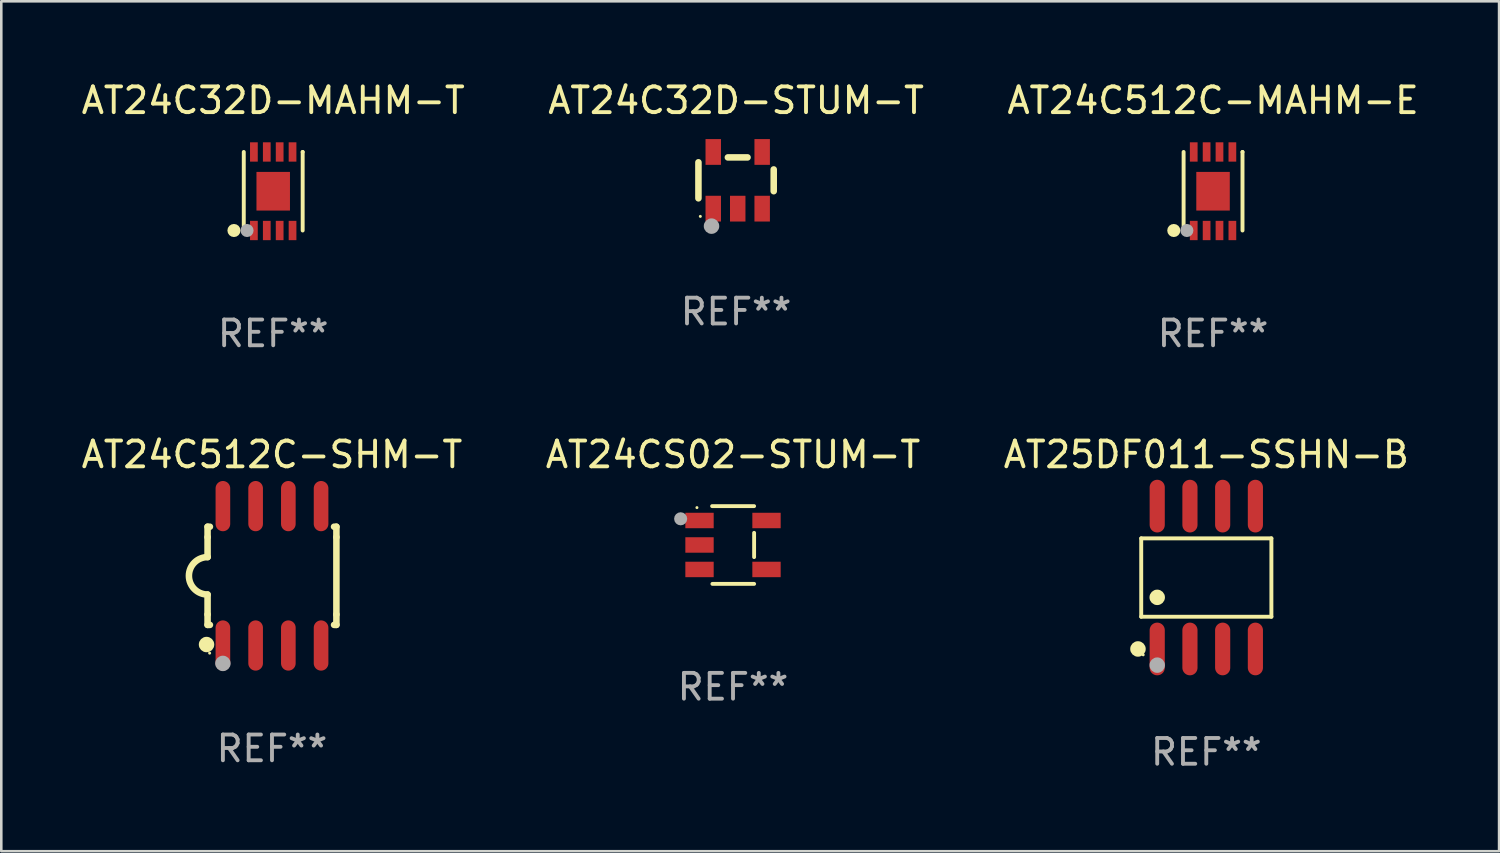
<source format=kicad_pcb>
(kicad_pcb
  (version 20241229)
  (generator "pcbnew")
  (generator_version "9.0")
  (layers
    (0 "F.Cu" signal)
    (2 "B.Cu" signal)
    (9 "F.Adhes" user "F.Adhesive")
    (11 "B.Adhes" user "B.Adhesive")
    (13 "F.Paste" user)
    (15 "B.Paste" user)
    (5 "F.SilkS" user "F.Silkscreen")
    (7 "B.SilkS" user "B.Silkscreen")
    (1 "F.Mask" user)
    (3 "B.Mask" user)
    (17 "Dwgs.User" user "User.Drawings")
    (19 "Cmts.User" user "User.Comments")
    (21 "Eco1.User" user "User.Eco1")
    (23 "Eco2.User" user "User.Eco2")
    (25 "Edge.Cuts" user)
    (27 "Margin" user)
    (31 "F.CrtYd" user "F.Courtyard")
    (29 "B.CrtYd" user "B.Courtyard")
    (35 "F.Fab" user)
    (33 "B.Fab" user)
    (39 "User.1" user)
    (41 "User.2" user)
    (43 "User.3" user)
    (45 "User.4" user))
  (footprint "AT25DF011-SSHN-B"
    (layer "F.Cu")
    (at 43.768 19.365)
    (property "Reference" "AT25DF011-SSHN-B" (at 0 -4.772 0) (layer "F.SilkS") (effects (font (size 1 1) (thickness 0.15))))
    (attr through_hole)
    (fp_line (start -2.526 -1.521) (end 2.526 -1.521) (stroke (width 0.152) (type solid)) (layer "F.SilkS"))
    (fp_line (start -2.526 1.521) (end -2.526 -1.521) (stroke (width 0.152) (type solid)) (layer "F.SilkS"))
    (fp_line (start 2.526 -1.521) (end 2.526 1.521) (stroke (width 0.152) (type solid)) (layer "F.SilkS"))
    (fp_line (start 2.526 1.521) (end -2.526 1.521) (stroke (width 0.152) (type solid)) (layer "F.SilkS"))
    (fp_circle (center -2.652 2.772) (end -2.501 2.772) (stroke (width 0.3) (type solid)) (fill no) (layer "F.SilkS"))
    (fp_circle (center -2.45 3) (end -2.42 3) (stroke (width 0.06) (type solid)) (fill no) (layer "F.SilkS"))
    (fp_circle (center -1.905 0.769) (end -1.755 0.769) (stroke (width 0.3) (type solid)) (fill no) (layer "F.SilkS"))
    (fp_circle (center -1.905 3.4) (end -1.755 3.4) (stroke (width 0.3) (type solid)) (fill no) (layer "F.Fab"))
    (fp_text user "REF**" (at 0 6.772 0) (layer "F.Fab") (effects (font (size 1 1) (thickness 0.15))))
    (pad "1" smd oval (at -1.905 2.772) (size 0.588 2.045) (layers "F.Cu" "F.Mask" "F.Paste"))
    (pad "2" smd oval (at -0.635 2.772) (size 0.588 2.045) (layers "F.Cu" "F.Mask" "F.Paste"))
    (pad "3" smd oval (at 0.635 2.772) (size 0.588 2.045) (layers "F.Cu" "F.Mask" "F.Paste"))
    (pad "4" smd oval (at 1.905 2.772) (size 0.588 2.045) (layers "F.Cu" "F.Mask" "F.Paste"))
    (pad "5" smd oval (at 1.905 -2.772) (size 0.588 2.045) (layers "F.Cu" "F.Mask" "F.Paste"))
    (pad "6" smd oval (at 0.635 -2.772) (size 0.588 2.045) (layers "F.Cu" "F.Mask" "F.Paste"))
    (pad "7" smd oval (at -0.635 -2.772) (size 0.588 2.045) (layers "F.Cu" "F.Mask" "F.Paste"))
    (pad "8" smd oval (at -1.905 -2.772) (size 0.588 2.045) (layers "F.Cu" "F.Mask" "F.Paste")))
  (footprint "AT24CS02-STUM-T"
    (layer "F.Cu")
    (at 25.399 18.102)
    (property "Reference" "AT24CS02-STUM-T" (at 0 -3.509 0) (layer "F.SilkS") (effects (font (size 1 1) (thickness 0.15))))
    (attr through_hole)
    (fp_line (start -0.811 -1.509) (end 0.819 -1.509) (stroke (width 0.15) (type solid)) (layer "F.SilkS"))
    (fp_line (start -0.8 1.509) (end 0.82 1.509) (stroke (width 0.15) (type solid)) (layer "F.SilkS"))
    (fp_line (start 0.819 -0.472) (end 0.819 0.47) (stroke (width 0.15) (type solid)) (layer "F.SilkS"))
    (fp_circle (center -1.4 -1.451) (end -1.37 -1.451) (stroke (width 0.06) (type solid)) (fill no) (layer "F.SilkS"))
    (fp_circle (center -2.032 -1.017) (end -1.905 -1.017) (stroke (width 0.254) (type solid)) (fill no) (layer "F.Fab"))
    (fp_text user "REF**" (at 0 5.509 0) (layer "F.Fab") (effects (font (size 1 1) (thickness 0.15))))
    (pad "1" smd rect (at -1.3 -0.951) (size 1.1 0.6) (layers "F.Cu" "F.Mask" "F.Paste"))
    (pad "2" smd rect (at -1.3 -0.001) (size 1.1 0.6) (layers "F.Cu" "F.Mask" "F.Paste"))
    (pad "3" smd rect (at -1.3 0.949) (size 1.1 0.6) (layers "F.Cu" "F.Mask" "F.Paste"))
    (pad "4" smd rect (at 1.3 0.949) (size 1.1 0.6) (layers "F.Cu" "F.Mask" "F.Paste"))
    (pad "5" smd rect (at 1.3 -0.951) (size 1.1 0.6) (layers "F.Cu" "F.Mask" "F.Paste")))
  (footprint "AT24C32D-MAHM-T"
    (layer "F.Cu")
    (at 7.554 4.372)
    (property "Reference" "AT24C32D-MAHM-T" (at 0 -3.524 0) (layer "F.SilkS") (effects (font (size 1 1) (thickness 0.15))))
    (attr through_hole)
    (fp_line (start -1.143 1.524) (end -1.143 1.524) (stroke (width 0.152) (type solid)) (layer "F.SilkS"))
    (fp_line (start -1.143 1.524) (end -1.143 -1.524) (stroke (width 0.152) (type solid)) (layer "F.SilkS"))
    (fp_line (start 1.143 -1.524) (end 1.143 1.524) (stroke (width 0.152) (type solid)) (layer "F.SilkS"))
    (fp_line (start 1.143 -1.524) (end 1.143 -1.524) (stroke (width 0.152) (type solid)) (layer "F.SilkS"))
    (fp_circle (center -1.524 1.524) (end -1.397 1.524) (stroke (width 0.254) (type solid)) (fill no) (layer "F.SilkS"))
    (fp_circle (center -1 1.5) (end -0.97 1.5) (stroke (width 0.06) (type solid)) (fill no) (layer "F.SilkS"))
    (fp_circle (center -1.016 1.524) (end -0.889 1.524) (stroke (width 0.254) (type solid)) (fill no) (layer "F.Fab"))
    (fp_text user "REF**" (at 0 5.524 0) (layer "F.Fab") (effects (font (size 1 1) (thickness 0.15))))
    (pad "1" smd rect (at -0.75 1.524) (size 0.3 0.75) (layers "F.Cu" "F.Mask" "F.Paste"))
    (pad "2" smd rect (at -0.25 1.524) (size 0.3 0.75) (layers "F.Cu" "F.Mask" "F.Paste"))
    (pad "3" smd rect (at 0.25 1.524) (size 0.3 0.75) (layers "F.Cu" "F.Mask" "F.Paste"))
    (pad "4" smd rect (at 0.75 1.524) (size 0.3 0.75) (layers "F.Cu" "F.Mask" "F.Paste"))
    (pad "5" smd rect (at 0.75 -1.524) (size 0.3 0.75) (layers "F.Cu" "F.Mask" "F.Paste"))
    (pad "6" smd rect (at 0.25 -1.524) (size 0.3 0.75) (layers "F.Cu" "F.Mask" "F.Paste"))
    (pad "7" smd rect (at -0.25 -1.524) (size 0.3 0.75) (layers "F.Cu" "F.Mask" "F.Paste"))
    (pad "8" smd rect (at -0.75 -1.524) (size 0.3 0.75) (layers "F.Cu" "F.Mask" "F.Paste"))
    (pad "9" smd rect (at -0.000254 0) (size 1.3 1.5) (layers "F.Cu" "F.Mask" "F.Paste")))
  (footprint "AT24C512C-SHM-T"
    (layer "F.Cu")
    (at 7.506 19.298)
    (property "Reference" "AT24C512C-SHM-T" (at 0 -4.705 0) (layer "F.SilkS") (effects (font (size 1 1) (thickness 0.15))))
    (attr through_hole)
    (fp_line (start -2.5 -1.905) (end -2.409 -1.905) (stroke (width 0.254) (type solid)) (layer "F.SilkS"))
    (fp_line (start -2.5 -1.5) (end -2.5 -1.905) (stroke (width 0.254) (type solid)) (layer "F.SilkS"))
    (fp_line (start -2.5 -1.5) (end -2.5 -0.726) (stroke (width 0.254) (type solid)) (layer "F.SilkS"))
    (fp_line (start -2.5 1.5) (end -2.5 0.727) (stroke (width 0.254) (type solid)) (layer "F.SilkS"))
    (fp_line (start -2.5 1.5) (end -2.5 1.905) (stroke (width 0.254) (type solid)) (layer "F.SilkS"))
    (fp_line (start -2.5 1.905) (end -2.409 1.905) (stroke (width 0.254) (type solid)) (layer "F.SilkS"))
    (fp_line (start 2.5 -1.905) (end 2.409 -1.905) (stroke (width 0.254) (type solid)) (layer "F.SilkS"))
    (fp_line (start 2.5 -1.5) (end 2.5 -1.905) (stroke (width 0.254) (type solid)) (layer "F.SilkS"))
    (fp_line (start 2.5 -1.5) (end 2.5 1.5) (stroke (width 0.254) (type solid)) (layer "F.SilkS"))
    (fp_line (start 2.5 1.5) (end 2.5 1.905) (stroke (width 0.254) (type solid)) (layer "F.SilkS"))
    (fp_line (start 2.5 1.905) (end 2.409 1.905) (stroke (width 0.254) (type solid)) (layer "F.SilkS"))
    (fp_arc (start -2.5 0.726568) (mid -3.220316 -0.0023) (end -2.495097 -0.726289) (stroke (width 0.254001) (type solid)) (layer "F.SilkS"))
    (fp_circle (center -2.54 2.667) (end -2.39 2.667) (stroke (width 0.3) (type solid)) (fill no) (layer "F.SilkS"))
    (fp_circle (center -2.42 3) (end -2.39 3) (stroke (width 0.06) (type solid)) (fill no) (layer "F.SilkS"))
    (fp_circle (center -1.905 3.4) (end -1.755 3.4) (stroke (width 0.3) (type solid)) (fill no) (layer "F.Fab"))
    (fp_text user "REF**" (at 0 6.705 0) (layer "F.Fab") (effects (font (size 1 1) (thickness 0.15))))
    (pad "1" smd oval (at -1.905 2.705) (size 0.568 1.95) (layers "F.Cu" "F.Mask" "F.Paste"))
    (pad "2" smd oval (at -0.635 2.705) (size 0.568 1.95) (layers "F.Cu" "F.Mask" "F.Paste"))
    (pad "3" smd oval (at 0.635 2.705) (size 0.568 1.95) (layers "F.Cu" "F.Mask" "F.Paste"))
    (pad "4" smd oval (at 1.905 2.705) (size 0.568 1.95) (layers "F.Cu" "F.Mask" "F.Paste"))
    (pad "5" smd oval (at 1.905 -2.705) (size 0.568 1.95) (layers "F.Cu" "F.Mask" "F.Paste"))
    (pad "6" smd oval (at 0.635 -2.705) (size 0.568 1.95) (layers "F.Cu" "F.Mask" "F.Paste"))
    (pad "7" smd oval (at -0.635 -2.705) (size 0.568 1.95) (layers "F.Cu" "F.Mask" "F.Paste"))
    (pad "8" smd oval (at -1.905 -2.705) (size 0.568 1.95) (layers "F.Cu" "F.Mask" "F.Paste")))
  (footprint "AT24C512C-MAHM-E"
    (layer "F.Cu")
    (at 44.03 4.372)
    (property "Reference" "AT24C512C-MAHM-E" (at 0 -3.524 0) (layer "F.SilkS") (effects (font (size 1 1) (thickness 0.15))))
    (attr through_hole)
    (fp_line (start -1.143 1.524) (end -1.143 1.524) (stroke (width 0.152) (type solid)) (layer "F.SilkS"))
    (fp_line (start -1.143 1.524) (end -1.143 -1.524) (stroke (width 0.152) (type solid)) (layer "F.SilkS"))
    (fp_line (start 1.143 -1.524) (end 1.143 1.524) (stroke (width 0.152) (type solid)) (layer "F.SilkS"))
    (fp_line (start 1.143 -1.524) (end 1.143 -1.524) (stroke (width 0.152) (type solid)) (layer "F.SilkS"))
    (fp_circle (center -1.524 1.524) (end -1.397 1.524) (stroke (width 0.254) (type solid)) (fill no) (layer "F.SilkS"))
    (fp_circle (center -1 1.5) (end -0.97 1.5) (stroke (width 0.06) (type solid)) (fill no) (layer "F.SilkS"))
    (fp_circle (center -1.016 1.524) (end -0.889 1.524) (stroke (width 0.254) (type solid)) (fill no) (layer "F.Fab"))
    (fp_text user "REF**" (at 0 5.524 0) (layer "F.Fab") (effects (font (size 1 1) (thickness 0.15))))
    (pad "1" smd rect (at -0.75 1.524) (size 0.3 0.75) (layers "F.Cu" "F.Mask" "F.Paste"))
    (pad "2" smd rect (at -0.25 1.524) (size 0.3 0.75) (layers "F.Cu" "F.Mask" "F.Paste"))
    (pad "3" smd rect (at 0.25 1.524) (size 0.3 0.75) (layers "F.Cu" "F.Mask" "F.Paste"))
    (pad "4" smd rect (at 0.75 1.524) (size 0.3 0.75) (layers "F.Cu" "F.Mask" "F.Paste"))
    (pad "5" smd rect (at 0.75 -1.524) (size 0.3 0.75) (layers "F.Cu" "F.Mask" "F.Paste"))
    (pad "6" smd rect (at 0.25 -1.524) (size 0.3 0.75) (layers "F.Cu" "F.Mask" "F.Paste"))
    (pad "7" smd rect (at -0.25 -1.524) (size 0.3 0.75) (layers "F.Cu" "F.Mask" "F.Paste"))
    (pad "8" smd rect (at -0.75 -1.524) (size 0.3 0.75) (layers "F.Cu" "F.Mask" "F.Paste"))
    (pad "9" smd rect (at -0.000254 0) (size 1.3 1.5) (layers "F.Cu" "F.Mask" "F.Paste")))
  (footprint "AT24C32D-STUM-T"
    (layer "F.Cu")
    (at 25.518 3.948)
    (property "Reference" "AT24C32D-STUM-T" (at 0 -3.1 0) (layer "F.SilkS") (effects (font (size 1 1) (thickness 0.15))))
    (attr through_hole)
    (fp_line (start -1.461 -0.699) (end -1.461 0.699) (stroke (width 0.254) (type solid)) (layer "F.SilkS"))
    (fp_line (start -0.318 -0.889) (end 0.445 -0.889) (stroke (width 0.254) (type solid)) (layer "F.SilkS"))
    (fp_line (start 1.461 -0.422) (end 1.461 0.422) (stroke (width 0.254) (type solid)) (layer "F.SilkS"))
    (fp_circle (center -1.387 1.4) (end -1.357 1.4) (stroke (width 0.06) (type solid)) (fill no) (layer "F.SilkS"))
    (fp_circle (center -0.953 1.778) (end -0.802 1.778) (stroke (width 0.3) (type solid)) (fill no) (layer "F.Fab"))
    (fp_text user "REF**" (at 0 5.1 0) (layer "F.Fab") (effects (font (size 1 1) (thickness 0.15))))
    (pad "1" smd rect (at -0.886 1.1) (size 0.6 1) (layers "F.Cu" "F.Mask" "F.Paste"))
    (pad "2" smd rect (at 0.064 1.1) (size 0.6 1) (layers "F.Cu" "F.Mask" "F.Paste"))
    (pad "3" smd rect (at 1.013 1.1) (size 0.6 1) (layers "F.Cu" "F.Mask" "F.Paste"))
    (pad "4" smd rect (at 1.013 -1.1) (size 0.6 1) (layers "F.Cu" "F.Mask" "F.Paste"))
    (pad "5" smd rect (at -0.886 -1.1) (size 0.6 1) (layers "F.Cu" "F.Mask" "F.Paste")))
  (gr_rect
    (start -3 -3)
    (end 55.131 29.986)
    (stroke (width 0.1) (type default))
    (fill no)
    (layer "Edge.Cuts")))
</source>
